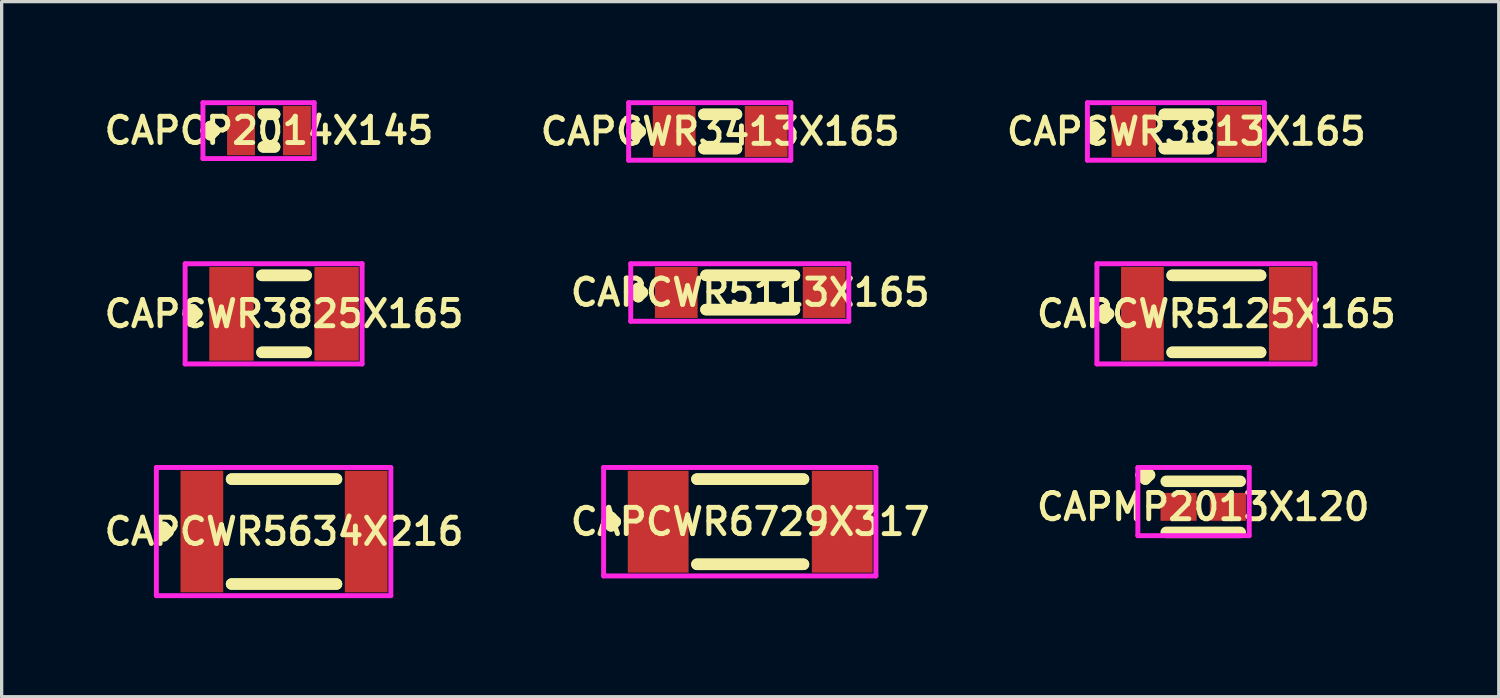
<source format=kicad_pcb>
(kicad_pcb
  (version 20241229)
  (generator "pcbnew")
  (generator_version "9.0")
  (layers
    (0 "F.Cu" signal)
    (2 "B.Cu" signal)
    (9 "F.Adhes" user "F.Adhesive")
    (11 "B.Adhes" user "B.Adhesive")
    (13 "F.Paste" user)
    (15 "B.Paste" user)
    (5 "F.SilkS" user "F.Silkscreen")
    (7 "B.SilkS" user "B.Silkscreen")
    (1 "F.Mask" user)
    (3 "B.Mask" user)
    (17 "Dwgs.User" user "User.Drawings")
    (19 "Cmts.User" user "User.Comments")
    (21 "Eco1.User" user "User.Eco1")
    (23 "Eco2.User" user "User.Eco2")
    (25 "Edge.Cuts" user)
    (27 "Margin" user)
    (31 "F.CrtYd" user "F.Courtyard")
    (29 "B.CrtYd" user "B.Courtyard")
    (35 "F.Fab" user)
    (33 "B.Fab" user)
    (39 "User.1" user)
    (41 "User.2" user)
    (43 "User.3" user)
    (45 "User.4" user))
  (footprint "CAPCWR3813X165"
    (layer "F.Cu")
    (at 33.049 0.95)
    (property "Reference" "CAPCWR3813X165" (at 0 0 0) (layer "F.SilkS") (effects (font (size 0.8 0.8) (thickness 0.15))))
    (attr through_hole)
    (fp_line (start -2.91 0) (end -2.783 -0.127) (stroke (width 0.35) (type solid)) (layer "F.SilkS"))
    (fp_line (start -2.783 -0.127) (end -2.656 0) (stroke (width 0.35) (type solid)) (layer "F.SilkS"))
    (fp_line (start -2.783 0.127) (end -2.91 0) (stroke (width 0.35) (type solid)) (layer "F.SilkS"))
    (fp_line (start -2.656 0) (end -2.783 0.127) (stroke (width 0.35) (type solid)) (layer "F.SilkS"))
    (fp_line (start -0.671 -0.521) (end 0.671 -0.521) (stroke (width 0.35) (type solid)) (layer "F.SilkS"))
    (fp_line (start -0.671 0.521) (end 0.671 0.521) (stroke (width 0.35) (type solid)) (layer "F.SilkS"))
    (fp_line (start 0.671 -0.521) (end -0.671 -0.521) (stroke (width 0.35) (type solid)) (layer "F.SilkS"))
    (fp_line (start 0.671 0.521) (end -0.671 0.521) (stroke (width 0.35) (type solid)) (layer "F.SilkS"))
    (fp_line (start -3.01 -0.875) (end 2.375 -0.875) (stroke (width 0.15) (type solid)) (layer "F.CrtYd"))
    (fp_line (start -3.01 0.875) (end -3.01 -0.875) (stroke (width 0.15) (type solid)) (layer "F.CrtYd"))
    (fp_line (start 2.375 -0.875) (end 2.375 0.875) (stroke (width 0.15) (type solid)) (layer "F.CrtYd"))
    (fp_line (start 2.375 0.875) (end -3.01 0.875) (stroke (width 0.15) (type solid)) (layer "F.CrtYd"))
    (pad "1" smd rect (at -1.6 0) (size 1.35 1.55) (layers "F.Cu" "F.Mask" "F.Paste"))
    (pad "2" smd rect (at 1.6 0) (size 1.35 1.55) (layers "F.Cu" "F.Mask" "F.Paste")))
  (footprint "CAPCWR5634X216"
    (layer "F.Cu")
    (at 5.593 13.125)
    (property "Reference" "CAPCWR5634X216" (at 0 0 0) (layer "F.SilkS") (effects (font (size 0.8 0.8) (thickness 0.15))))
    (attr through_hole)
    (fp_line (start -3.785 0) (end -3.658 -0.127) (stroke (width 0.35) (type solid)) (layer "F.SilkS"))
    (fp_line (start -3.658 -0.127) (end -3.531 0) (stroke (width 0.35) (type solid)) (layer "F.SilkS"))
    (fp_line (start -3.658 0.127) (end -3.785 0) (stroke (width 0.35) (type solid)) (layer "F.SilkS"))
    (fp_line (start -3.531 0) (end -3.658 0.127) (stroke (width 0.35) (type solid)) (layer "F.SilkS"))
    (fp_line (start -1.596 -1.596) (end 1.596 -1.596) (stroke (width 0.35) (type solid)) (layer "F.SilkS"))
    (fp_line (start -1.596 1.596) (end 1.596 1.596) (stroke (width 0.35) (type solid)) (layer "F.SilkS"))
    (fp_line (start 1.596 -1.596) (end -1.596 -1.596) (stroke (width 0.35) (type solid)) (layer "F.SilkS"))
    (fp_line (start 1.596 1.596) (end -1.596 1.596) (stroke (width 0.35) (type solid)) (layer "F.SilkS"))
    (fp_line (start -3.885 -1.95) (end 3.25 -1.95) (stroke (width 0.15) (type solid)) (layer "F.CrtYd"))
    (fp_line (start -3.885 1.95) (end -3.885 -1.95) (stroke (width 0.15) (type solid)) (layer "F.CrtYd"))
    (fp_line (start 3.25 -1.95) (end 3.25 1.95) (stroke (width 0.15) (type solid)) (layer "F.CrtYd"))
    (fp_line (start 3.25 1.95) (end -3.885 1.95) (stroke (width 0.15) (type solid)) (layer "F.CrtYd"))
    (pad "1" smd rect (at -2.5 0) (size 1.3 3.7) (layers "F.Cu" "F.Mask" "F.Paste"))
    (pad "2" smd rect (at 2.5 0) (size 1.3 3.7) (layers "F.Cu" "F.Mask" "F.Paste")))
  (footprint "CAPCWR5125X165"
    (layer "F.Cu")
    (at 33.963 6.5)
    (property "Reference" "CAPCWR5125X165" (at 0 0 0) (layer "F.SilkS") (effects (font (size 0.8 0.8) (thickness 0.15))))
    (attr smd)
    (fp_line (start -3.535 0) (end -3.408 -0.127) (stroke (width 0.35) (type solid)) (layer "F.SilkS"))
    (fp_line (start -3.408 -0.127) (end -3.281 0) (stroke (width 0.35) (type solid)) (layer "F.SilkS"))
    (fp_line (start -3.408 0.127) (end -3.535 0) (stroke (width 0.35) (type solid)) (layer "F.SilkS"))
    (fp_line (start -3.281 0) (end -3.408 0.127) (stroke (width 0.35) (type solid)) (layer "F.SilkS"))
    (fp_line (start -1.346 -1.171) (end 1.346 -1.171) (stroke (width 0.35) (type solid)) (layer "F.SilkS"))
    (fp_line (start -1.346 1.171) (end 1.346 1.171) (stroke (width 0.35) (type solid)) (layer "F.SilkS"))
    (fp_line (start 1.346 -1.171) (end -1.346 -1.171) (stroke (width 0.35) (type solid)) (layer "F.SilkS"))
    (fp_line (start 1.346 1.171) (end -1.346 1.171) (stroke (width 0.35) (type solid)) (layer "F.SilkS"))
    (fp_line (start -3.635 -1.525) (end 3 -1.525) (stroke (width 0.15) (type solid)) (layer "F.CrtYd"))
    (fp_line (start -3.635 1.525) (end -3.635 -1.525) (stroke (width 0.15) (type solid)) (layer "F.CrtYd"))
    (fp_line (start 3 -1.525) (end 3 1.525) (stroke (width 0.15) (type solid)) (layer "F.CrtYd"))
    (fp_line (start 3 1.525) (end -3.635 1.525) (stroke (width 0.15) (type solid)) (layer "F.CrtYd"))
    (pad "1" smd rect (at -2.25 0) (size 1.3 2.85) (layers "F.Cu" "F.Mask" "F.Paste"))
    (pad "2" smd rect (at 2.25 0) (size 1.3 2.85) (layers "F.Cu" "F.Mask" "F.Paste")))
  (footprint "CAPMP2013X120"
    (layer "F.Cu")
    (at 33.563 12.373)
    (property "Reference" "CAPMP2013X120" (at 0 0 0) (layer "F.SilkS") (effects (font (size 0.8 0.8) (thickness 0.15))))
    (attr through_hole)
    (fp_line (start -1.889 -0.971) (end -1.762 -1.098) (stroke (width 0.35) (type solid)) (layer "F.SilkS"))
    (fp_line (start -1.762 -1.098) (end -1.635 -0.971) (stroke (width 0.35) (type solid)) (layer "F.SilkS"))
    (fp_line (start -1.762 -0.844) (end -1.889 -0.971) (stroke (width 0.35) (type solid)) (layer "F.SilkS"))
    (fp_line (start -1.635 -0.971) (end -1.762 -0.844) (stroke (width 0.35) (type solid)) (layer "F.SilkS"))
    (fp_line (start -1.127 -0.777) (end 1.127 -0.777) (stroke (width 0.35) (type solid)) (layer "F.SilkS"))
    (fp_line (start -1.127 0.777) (end 1.127 0.777) (stroke (width 0.35) (type solid)) (layer "F.SilkS"))
    (fp_line (start -1.989 -1.198) (end 1.4 -1.198) (stroke (width 0.15) (type solid)) (layer "F.CrtYd"))
    (fp_line (start -1.989 0.877) (end -1.989 -1.198) (stroke (width 0.15) (type solid)) (layer "F.CrtYd"))
    (fp_line (start 1.4 -1.198) (end 1.4 0.877) (stroke (width 0.15) (type solid)) (layer "F.CrtYd"))
    (fp_line (start 1.4 0.877) (end -1.989 0.877) (stroke (width 0.15) (type solid)) (layer "F.CrtYd"))
    (pad "1" smd rect (at -0.75 0) (size 1.1 0.85) (layers "F.Cu" "F.Mask" "F.Paste"))
    (pad "2" smd rect (at 0.75 0) (size 1.1 0.85) (layers "F.Cu" "F.Mask" "F.Paste")))
  (footprint "CAPCWR3413X165"
    (layer "F.Cu")
    (at 18.864 0.95)
    (property "Reference" "CAPCWR3413X165" (at 0 0 0) (layer "F.SilkS") (effects (font (size 0.8 0.8) (thickness 0.15))))
    (attr smd)
    (fp_line (start -2.685 0) (end -2.558 -0.127) (stroke (width 0.35) (type solid)) (layer "F.SilkS"))
    (fp_line (start -2.558 -0.127) (end -2.431 0) (stroke (width 0.35) (type solid)) (layer "F.SilkS"))
    (fp_line (start -2.558 0.127) (end -2.685 0) (stroke (width 0.35) (type solid)) (layer "F.SilkS"))
    (fp_line (start -2.431 0) (end -2.558 0.127) (stroke (width 0.35) (type solid)) (layer "F.SilkS"))
    (fp_line (start -0.496 -0.521) (end 0.496 -0.521) (stroke (width 0.35) (type solid)) (layer "F.SilkS"))
    (fp_line (start -0.496 0.521) (end 0.496 0.521) (stroke (width 0.35) (type solid)) (layer "F.SilkS"))
    (fp_line (start 0.496 -0.521) (end -0.496 -0.521) (stroke (width 0.35) (type solid)) (layer "F.SilkS"))
    (fp_line (start 0.496 0.521) (end -0.496 0.521) (stroke (width 0.35) (type solid)) (layer "F.SilkS"))
    (fp_line (start -2.785 -0.875) (end 2.15 -0.875) (stroke (width 0.15) (type solid)) (layer "F.CrtYd"))
    (fp_line (start -2.785 0.875) (end -2.785 -0.875) (stroke (width 0.15) (type solid)) (layer "F.CrtYd"))
    (fp_line (start 2.15 -0.875) (end 2.15 0.875) (stroke (width 0.15) (type solid)) (layer "F.CrtYd"))
    (fp_line (start 2.15 0.875) (end -2.785 0.875) (stroke (width 0.15) (type solid)) (layer "F.CrtYd"))
    (pad "1" smd rect (at -1.4 0) (size 1.3 1.55) (layers "F.Cu" "F.Mask" "F.Paste"))
    (pad "2" smd rect (at 1.4 0) (size 1.3 1.55) (layers "F.Cu" "F.Mask" "F.Paste")))
  (footprint "CAPCP2014X145"
    (layer "F.Cu")
    (at 5.135 0.925)
    (property "Reference" "CAPCP2014X145" (at 0 0 0) (layer "F.SilkS") (effects (font (size 0.8 0.8) (thickness 0.15))))
    (attr smd)
    (fp_line (start -1.91 0) (end -1.783 -0.127) (stroke (width 0.35) (type solid)) (layer "F.SilkS"))
    (fp_line (start -1.783 -0.127) (end -1.656 0) (stroke (width 0.35) (type solid)) (layer "F.SilkS"))
    (fp_line (start -1.783 0.127) (end -1.91 0) (stroke (width 0.35) (type solid)) (layer "F.SilkS"))
    (fp_line (start -1.656 0) (end -1.783 0.127) (stroke (width 0.35) (type solid)) (layer "F.SilkS"))
    (fp_line (start -0.171 -0.496) (end 0.171 -0.496) (stroke (width 0.35) (type solid)) (layer "F.SilkS"))
    (fp_line (start -0.171 0.496) (end 0.171 0.496) (stroke (width 0.35) (type solid)) (layer "F.SilkS"))
    (fp_line (start 0.171 -0.496) (end -0.171 -0.496) (stroke (width 0.35) (type solid)) (layer "F.SilkS"))
    (fp_line (start 0.171 0.496) (end -0.171 0.496) (stroke (width 0.35) (type solid)) (layer "F.SilkS"))
    (fp_line (start -2.01 -0.85) (end 1.375 -0.85) (stroke (width 0.15) (type solid)) (layer "F.CrtYd"))
    (fp_line (start -2.01 0.85) (end -2.01 -0.85) (stroke (width 0.15) (type solid)) (layer "F.CrtYd"))
    (fp_line (start 1.375 -0.85) (end 1.375 0.85) (stroke (width 0.15) (type solid)) (layer "F.CrtYd"))
    (fp_line (start 1.375 0.85) (end -2.01 0.85) (stroke (width 0.15) (type solid)) (layer "F.CrtYd"))
    (pad "1" smd rect (at -0.85 0) (size 0.85 1.5) (layers "F.Cu" "F.Mask" "F.Paste"))
    (pad "2" smd rect (at 0.85 0) (size 0.85 1.5) (layers "F.Cu" "F.Mask" "F.Paste")))
  (footprint "CAPCWR3825X165"
    (layer "F.Cu")
    (at 5.593 6.5)
    (property "Reference" "CAPCWR3825X165" (at 0 0 0) (layer "F.SilkS") (effects (font (size 0.8 0.8) (thickness 0.15))))
    (attr smd)
    (fp_line (start -2.91 0) (end -2.783 -0.127) (stroke (width 0.35) (type solid)) (layer "F.SilkS"))
    (fp_line (start -2.783 -0.127) (end -2.656 0) (stroke (width 0.35) (type solid)) (layer "F.SilkS"))
    (fp_line (start -2.783 0.127) (end -2.91 0) (stroke (width 0.35) (type solid)) (layer "F.SilkS"))
    (fp_line (start -2.656 0) (end -2.783 0.127) (stroke (width 0.35) (type solid)) (layer "F.SilkS"))
    (fp_line (start -0.671 -1.171) (end 0.671 -1.171) (stroke (width 0.35) (type solid)) (layer "F.SilkS"))
    (fp_line (start -0.671 1.171) (end 0.671 1.171) (stroke (width 0.35) (type solid)) (layer "F.SilkS"))
    (fp_line (start 0.671 -1.171) (end -0.671 -1.171) (stroke (width 0.35) (type solid)) (layer "F.SilkS"))
    (fp_line (start 0.671 1.171) (end -0.671 1.171) (stroke (width 0.35) (type solid)) (layer "F.SilkS"))
    (fp_line (start -3.01 -1.525) (end 2.375 -1.525) (stroke (width 0.15) (type solid)) (layer "F.CrtYd"))
    (fp_line (start -3.01 1.525) (end -3.01 -1.525) (stroke (width 0.15) (type solid)) (layer "F.CrtYd"))
    (fp_line (start 2.375 -1.525) (end 2.375 1.525) (stroke (width 0.15) (type solid)) (layer "F.CrtYd"))
    (fp_line (start 2.375 1.525) (end -3.01 1.525) (stroke (width 0.15) (type solid)) (layer "F.CrtYd"))
    (pad "1" smd rect (at -1.6 0) (size 1.35 2.85) (layers "F.Cu" "F.Mask" "F.Paste"))
    (pad "2" smd rect (at 1.6 0) (size 1.35 2.85) (layers "F.Cu" "F.Mask" "F.Paste")))
  (footprint "CAPCWR5113X165"
    (layer "F.Cu")
    (at 19.778 5.85)
    (property "Reference" "CAPCWR5113X165" (at 0 0 0) (layer "F.SilkS") (effects (font (size 0.8 0.8) (thickness 0.15))))
    (attr smd)
    (fp_line (start -3.535 0) (end -3.408 -0.127) (stroke (width 0.35) (type solid)) (layer "F.SilkS"))
    (fp_line (start -3.408 -0.127) (end -3.281 0) (stroke (width 0.35) (type solid)) (layer "F.SilkS"))
    (fp_line (start -3.408 0.127) (end -3.535 0) (stroke (width 0.35) (type solid)) (layer "F.SilkS"))
    (fp_line (start -3.281 0) (end -3.408 0.127) (stroke (width 0.35) (type solid)) (layer "F.SilkS"))
    (fp_line (start -1.346 -0.521) (end 1.346 -0.521) (stroke (width 0.35) (type solid)) (layer "F.SilkS"))
    (fp_line (start -1.346 0.521) (end 1.346 0.521) (stroke (width 0.35) (type solid)) (layer "F.SilkS"))
    (fp_line (start 1.346 -0.521) (end -1.346 -0.521) (stroke (width 0.35) (type solid)) (layer "F.SilkS"))
    (fp_line (start 1.346 0.521) (end -1.346 0.521) (stroke (width 0.35) (type solid)) (layer "F.SilkS"))
    (fp_line (start -3.635 -0.875) (end 3 -0.875) (stroke (width 0.15) (type solid)) (layer "F.CrtYd"))
    (fp_line (start -3.635 0.875) (end -3.635 -0.875) (stroke (width 0.15) (type solid)) (layer "F.CrtYd"))
    (fp_line (start 3 -0.875) (end 3 0.875) (stroke (width 0.15) (type solid)) (layer "F.CrtYd"))
    (fp_line (start 3 0.875) (end -3.635 0.875) (stroke (width 0.15) (type solid)) (layer "F.CrtYd"))
    (pad "1" smd rect (at -2.25 0) (size 1.3 1.55) (layers "F.Cu" "F.Mask" "F.Paste"))
    (pad "2" smd rect (at 2.25 0) (size 1.3 1.55) (layers "F.Cu" "F.Mask" "F.Paste")))
  (footprint "CAPCWR6729X317"
    (layer "F.Cu")
    (at 19.778 12.825)
    (property "Reference" "CAPCWR6729X317" (at 0 0 0) (layer "F.SilkS") (effects (font (size 0.8 0.8) (thickness 0.15))))
    (attr through_hole)
    (fp_line (start -4.36 0) (end -4.233 -0.127) (stroke (width 0.35) (type solid)) (layer "F.SilkS"))
    (fp_line (start -4.233 -0.127) (end -4.106 0) (stroke (width 0.35) (type solid)) (layer "F.SilkS"))
    (fp_line (start -4.233 0.127) (end -4.36 0) (stroke (width 0.35) (type solid)) (layer "F.SilkS"))
    (fp_line (start -4.106 0) (end -4.233 0.127) (stroke (width 0.35) (type solid)) (layer "F.SilkS"))
    (fp_line (start -1.621 -1.296) (end 1.621 -1.296) (stroke (width 0.35) (type solid)) (layer "F.SilkS"))
    (fp_line (start -1.621 1.296) (end 1.621 1.296) (stroke (width 0.35) (type solid)) (layer "F.SilkS"))
    (fp_line (start 1.621 -1.296) (end -1.621 -1.296) (stroke (width 0.35) (type solid)) (layer "F.SilkS"))
    (fp_line (start 1.621 1.296) (end -1.621 1.296) (stroke (width 0.35) (type solid)) (layer "F.SilkS"))
    (fp_line (start -4.46 -1.65) (end 3.825 -1.65) (stroke (width 0.15) (type solid)) (layer "F.CrtYd"))
    (fp_line (start -4.46 1.65) (end -4.46 -1.65) (stroke (width 0.15) (type solid)) (layer "F.CrtYd"))
    (fp_line (start 3.825 -1.65) (end 3.825 1.65) (stroke (width 0.15) (type solid)) (layer "F.CrtYd"))
    (fp_line (start 3.825 1.65) (end -4.46 1.65) (stroke (width 0.15) (type solid)) (layer "F.CrtYd"))
    (pad "1" smd rect (at -2.8 0) (size 1.85 3.1) (layers "F.Cu" "F.Mask" "F.Paste"))
    (pad "2" smd rect (at 2.8 0) (size 1.85 3.1) (layers "F.Cu" "F.Mask" "F.Paste")))
  (gr_rect
    (start -3 -3)
    (end 42.556 18.15)
    (stroke (width 0.1) (type default))
    (fill no)
    (layer "Edge.Cuts")))
</source>
